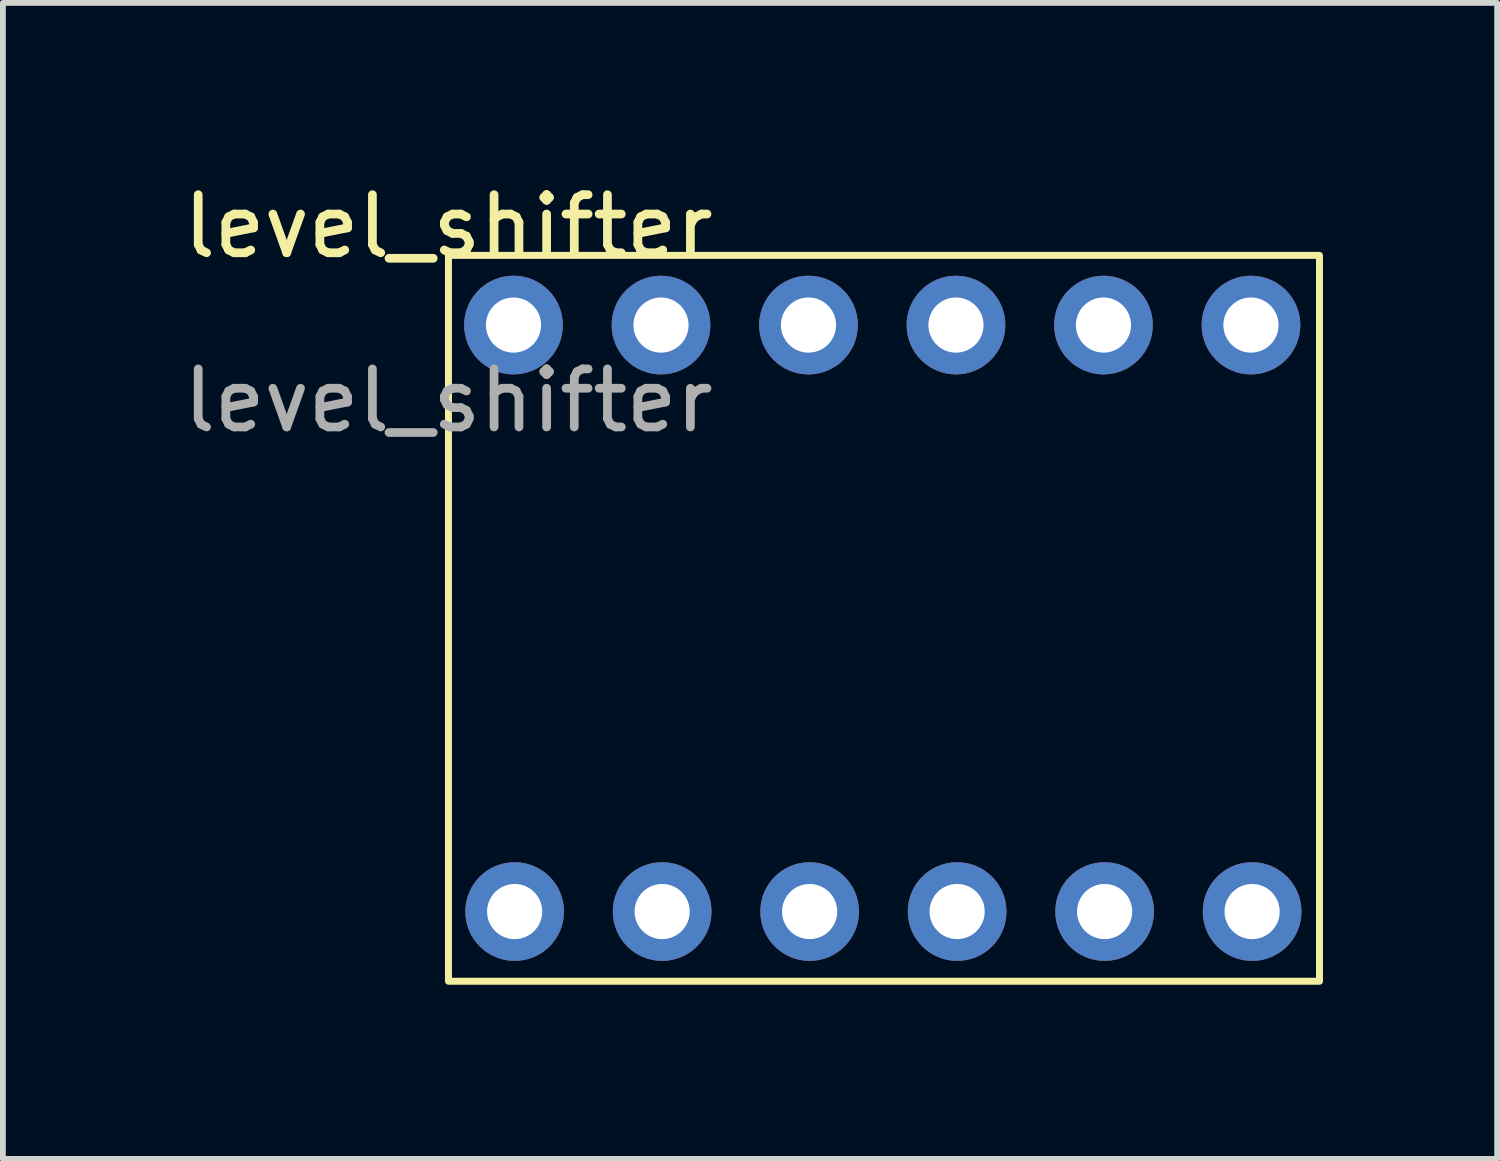
<source format=kicad_pcb>
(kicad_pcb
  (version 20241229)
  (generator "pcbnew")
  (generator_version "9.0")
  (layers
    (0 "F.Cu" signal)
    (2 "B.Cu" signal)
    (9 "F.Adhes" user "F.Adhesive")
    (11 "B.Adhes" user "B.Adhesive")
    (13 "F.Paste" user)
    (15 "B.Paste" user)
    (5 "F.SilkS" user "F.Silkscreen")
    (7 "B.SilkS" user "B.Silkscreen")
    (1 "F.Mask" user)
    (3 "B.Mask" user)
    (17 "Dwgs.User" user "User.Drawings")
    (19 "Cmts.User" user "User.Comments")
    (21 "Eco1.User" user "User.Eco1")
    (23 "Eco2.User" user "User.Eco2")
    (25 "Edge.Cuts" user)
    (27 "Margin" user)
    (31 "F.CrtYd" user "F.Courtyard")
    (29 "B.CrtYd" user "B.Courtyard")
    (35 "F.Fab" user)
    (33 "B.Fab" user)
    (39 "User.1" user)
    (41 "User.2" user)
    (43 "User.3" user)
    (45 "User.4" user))
  (footprint "level_shifter"
    (layer "F.Cu")
    (at 4.673 1.348)
    (property "Reference" "level_shifter" (at 0 -0.5 0) (unlocked yes) (layer "F.SilkS") (effects (font (size 1 1) (thickness 0.15))))
    (attr through_hole)
    (fp_rect (start 0 0) (end 15 12.5) (stroke (width 0.12) (type solid)) (fill no) (layer "F.SilkS"))
    (fp_text user "${REFERENCE}" (at 0 2.5 0) (unlocked yes) (layer "F.Fab") (effects (font (size 1 1) (thickness 0.15))))
    (pad "1" thru_hole circle (at 1.14 11.3) (size 1.7 1.7) (drill 0.95) (layers "*.Cu" "*.Mask"))
    (pad "2" thru_hole circle (at 3.68 11.3) (size 1.7 1.7) (drill 0.95) (layers "*.Cu" "*.Mask"))
    (pad "3" thru_hole circle (at 6.22 11.3) (size 1.7 1.7) (drill 0.95) (layers "*.Cu" "*.Mask"))
    (pad "4" thru_hole circle (at 8.76 11.3) (size 1.7 1.7) (drill 0.95) (layers "*.Cu" "*.Mask"))
    (pad "5" thru_hole circle (at 11.3 11.3) (size 1.7 1.7) (drill 0.95) (layers "*.Cu" "*.Mask"))
    (pad "6" thru_hole circle (at 13.84 11.3) (size 1.7 1.7) (drill 0.95) (layers "*.Cu" "*.Mask"))
    (pad "7" thru_hole circle (at 13.82 1.2) (size 1.7 1.7) (drill 0.95) (layers "*.Cu" "*.Mask"))
    (pad "8" thru_hole circle (at 11.28 1.2) (size 1.7 1.7) (drill 0.95) (layers "*.Cu" "*.Mask"))
    (pad "9" thru_hole circle (at 8.74 1.2) (size 1.7 1.7) (drill 0.95) (layers "*.Cu" "*.Mask"))
    (pad "10" thru_hole circle (at 6.2 1.2) (size 1.7 1.7) (drill 0.95) (layers "*.Cu" "*.Mask"))
    (pad "11" thru_hole circle (at 3.66 1.2) (size 1.7 1.7) (drill 0.95) (layers "*.Cu" "*.Mask"))
    (pad "12" thru_hole circle (at 1.12 1.2) (size 1.7 1.7) (drill 0.95) (layers "*.Cu" "*.Mask")))
  (gr_rect
    (start -3 -3)
    (end 22.733 16.908)
    (stroke (width 0.1) (type default))
    (fill no)
    (layer "Edge.Cuts")))
</source>
